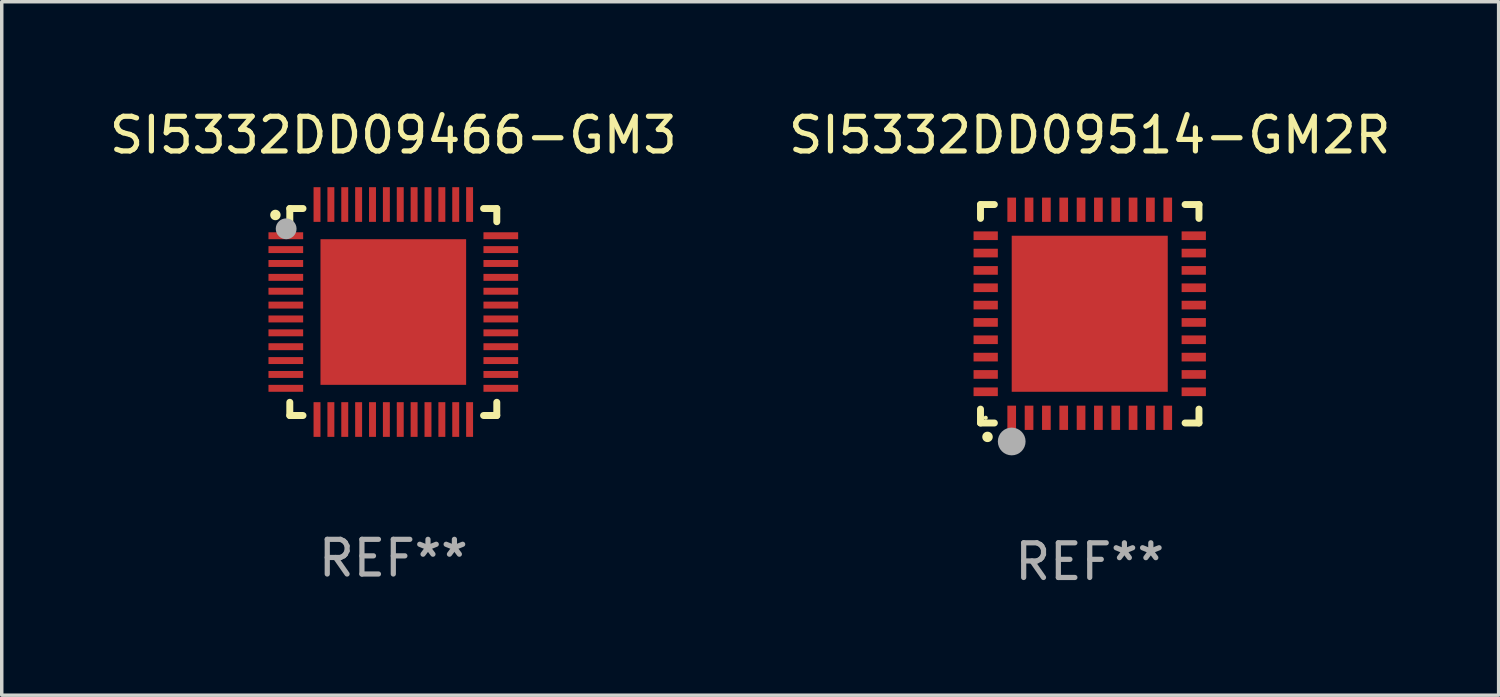
<source format=kicad_pcb>
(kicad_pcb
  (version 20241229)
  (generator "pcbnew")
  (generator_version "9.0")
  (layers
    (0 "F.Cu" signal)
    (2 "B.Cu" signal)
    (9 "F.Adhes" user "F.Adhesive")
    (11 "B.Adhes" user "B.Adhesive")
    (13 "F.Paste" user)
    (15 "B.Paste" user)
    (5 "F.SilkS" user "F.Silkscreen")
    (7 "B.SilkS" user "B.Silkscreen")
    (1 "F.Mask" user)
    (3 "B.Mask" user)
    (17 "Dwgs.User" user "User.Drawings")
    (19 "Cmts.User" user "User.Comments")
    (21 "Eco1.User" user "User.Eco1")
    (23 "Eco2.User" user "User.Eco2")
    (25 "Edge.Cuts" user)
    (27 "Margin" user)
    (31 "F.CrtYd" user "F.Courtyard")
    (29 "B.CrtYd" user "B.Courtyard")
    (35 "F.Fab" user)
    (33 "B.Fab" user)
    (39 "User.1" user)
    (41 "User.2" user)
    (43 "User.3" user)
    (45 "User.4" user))
  (footprint "SI5332DD09466-GM3"
    (layer "F.Cu")
    (at 8.292 5.948)
    (property "Reference" "SI5332DD09466-GM3" (at 0 -5.1 0) (layer "F.SilkS") (effects (font (size 1 1) (thickness 0.15))))
    (attr through_hole)
    (fp_line (start -2.985 -2.985) (end -2.604 -2.985) (stroke (width 0.2) (type solid)) (layer "F.SilkS"))
    (fp_line (start -2.985 -2.604) (end -2.985 -2.985) (stroke (width 0.2) (type solid)) (layer "F.SilkS"))
    (fp_line (start -2.985 2.984) (end -2.985 2.603) (stroke (width 0.2) (type solid)) (layer "F.SilkS"))
    (fp_line (start -2.604 2.984) (end -2.985 2.984) (stroke (width 0.2) (type solid)) (layer "F.SilkS"))
    (fp_line (start 2.603 -2.985) (end 2.984 -2.985) (stroke (width 0.2) (type solid)) (layer "F.SilkS"))
    (fp_line (start 2.984 -2.985) (end 2.984 -2.604) (stroke (width 0.2) (type solid)) (layer "F.SilkS"))
    (fp_line (start 2.984 2.603) (end 2.984 2.984) (stroke (width 0.2) (type solid)) (layer "F.SilkS"))
    (fp_line (start 2.984 2.984) (end 2.603 2.984) (stroke (width 0.2) (type solid)) (layer "F.SilkS"))
    (fp_arc (start -3.400076 -2.797562) (mid -3.400081 -2.798806) (end -3.400076 -2.800051) (stroke (width 0.3) (type solid)) (layer "F.SilkS"))
    (fp_circle (center -3 -3) (end -2.97 -3) (stroke (width 0.06) (type solid)) (fill no) (layer "F.SilkS"))
    (fp_circle (center -3.09 -2.4) (end -2.94 -2.4) (stroke (width 0.3) (type solid)) (fill no) (layer "F.Fab"))
    (fp_text user "REF**" (at 0 7.1 0) (layer "F.Fab") (effects (font (size 1 1) (thickness 0.15))))
    (pad "1" smd rect (at -3.1 -2.2) (size 1 0.2) (layers "F.Cu" "F.Mask" "F.Paste"))
    (pad "2" smd rect (at -3.1 -1.8) (size 1 0.2) (layers "F.Cu" "F.Mask" "F.Paste"))
    (pad "3" smd rect (at -3.1 -1.4) (size 1 0.2) (layers "F.Cu" "F.Mask" "F.Paste"))
    (pad "4" smd rect (at -3.1 -1) (size 1 0.2) (layers "F.Cu" "F.Mask" "F.Paste"))
    (pad "5" smd rect (at -3.1 -0.6) (size 1 0.2) (layers "F.Cu" "F.Mask" "F.Paste"))
    (pad "6" smd rect (at -3.1 -0.2) (size 1 0.2) (layers "F.Cu" "F.Mask" "F.Paste"))
    (pad "7" smd rect (at -3.1 0.2) (size 1 0.2) (layers "F.Cu" "F.Mask" "F.Paste"))
    (pad "8" smd rect (at -3.1 0.6) (size 1 0.2) (layers "F.Cu" "F.Mask" "F.Paste"))
    (pad "9" smd rect (at -3.1 1) (size 1 0.2) (layers "F.Cu" "F.Mask" "F.Paste"))
    (pad "10" smd rect (at -3.1 1.4) (size 1 0.2) (layers "F.Cu" "F.Mask" "F.Paste"))
    (pad "11" smd rect (at -3.1 1.8) (size 1 0.2) (layers "F.Cu" "F.Mask" "F.Paste"))
    (pad "12" smd rect (at -3.1 2.2) (size 1 0.2) (layers "F.Cu" "F.Mask" "F.Paste"))
    (pad "13" smd rect (at -2.2 3.1) (size 0.2 1) (layers "F.Cu" "F.Mask" "F.Paste"))
    (pad "14" smd rect (at -1.8 3.1) (size 0.2 1) (layers "F.Cu" "F.Mask" "F.Paste"))
    (pad "15" smd rect (at -1.4 3.1) (size 0.2 1) (layers "F.Cu" "F.Mask" "F.Paste"))
    (pad "16" smd rect (at -1 3.1) (size 0.2 1) (layers "F.Cu" "F.Mask" "F.Paste"))
    (pad "17" smd rect (at -0.6 3.1) (size 0.2 1) (layers "F.Cu" "F.Mask" "F.Paste"))
    (pad "18" smd rect (at -0.2 3.1) (size 0.2 1) (layers "F.Cu" "F.Mask" "F.Paste"))
    (pad "19" smd rect (at 0.2 3.1) (size 0.2 1) (layers "F.Cu" "F.Mask" "F.Paste"))
    (pad "20" smd rect (at 0.6 3.1) (size 0.2 1) (layers "F.Cu" "F.Mask" "F.Paste"))
    (pad "21" smd rect (at 1 3.1) (size 0.2 1) (layers "F.Cu" "F.Mask" "F.Paste"))
    (pad "22" smd rect (at 1.4 3.1) (size 0.2 1) (layers "F.Cu" "F.Mask" "F.Paste"))
    (pad "23" smd rect (at 1.8 3.1) (size 0.2 1) (layers "F.Cu" "F.Mask" "F.Paste"))
    (pad "24" smd rect (at 2.2 3.1) (size 0.2 1) (layers "F.Cu" "F.Mask" "F.Paste"))
    (pad "25" smd rect (at 3.1 2.2) (size 1 0.2) (layers "F.Cu" "F.Mask" "F.Paste"))
    (pad "26" smd rect (at 3.1 1.8) (size 1 0.2) (layers "F.Cu" "F.Mask" "F.Paste"))
    (pad "27" smd rect (at 3.1 1.4) (size 1 0.2) (layers "F.Cu" "F.Mask" "F.Paste"))
    (pad "28" smd rect (at 3.1 1) (size 1 0.2) (layers "F.Cu" "F.Mask" "F.Paste"))
    (pad "29" smd rect (at 3.1 0.6) (size 1 0.2) (layers "F.Cu" "F.Mask" "F.Paste"))
    (pad "30" smd rect (at 3.1 0.2) (size 1 0.2) (layers "F.Cu" "F.Mask" "F.Paste"))
    (pad "31" smd rect (at 3.1 -0.2) (size 1 0.2) (layers "F.Cu" "F.Mask" "F.Paste"))
    (pad "32" smd rect (at 3.1 -0.6) (size 1 0.2) (layers "F.Cu" "F.Mask" "F.Paste"))
    (pad "33" smd rect (at 3.1 -1) (size 1 0.2) (layers "F.Cu" "F.Mask" "F.Paste"))
    (pad "34" smd rect (at 3.1 -1.4) (size 1 0.2) (layers "F.Cu" "F.Mask" "F.Paste"))
    (pad "35" smd rect (at 3.1 -1.8) (size 1 0.2) (layers "F.Cu" "F.Mask" "F.Paste"))
    (pad "36" smd rect (at 3.1 -2.2) (size 1 0.2) (layers "F.Cu" "F.Mask" "F.Paste"))
    (pad "37" smd rect (at 2.2 -3.1) (size 0.2 1) (layers "F.Cu" "F.Mask" "F.Paste"))
    (pad "38" smd rect (at 1.8 -3.1) (size 0.2 1) (layers "F.Cu" "F.Mask" "F.Paste"))
    (pad "39" smd rect (at 1.4 -3.1) (size 0.2 1) (layers "F.Cu" "F.Mask" "F.Paste"))
    (pad "40" smd rect (at 1 -3.1) (size 0.2 1) (layers "F.Cu" "F.Mask" "F.Paste"))
    (pad "41" smd rect (at 0.6 -3.1) (size 0.2 1) (layers "F.Cu" "F.Mask" "F.Paste"))
    (pad "42" smd rect (at 0.2 -3.1) (size 0.2 1) (layers "F.Cu" "F.Mask" "F.Paste"))
    (pad "43" smd rect (at -0.2 -3.1) (size 0.2 1) (layers "F.Cu" "F.Mask" "F.Paste"))
    (pad "44" smd rect (at -0.6 -3.1) (size 0.2 1) (layers "F.Cu" "F.Mask" "F.Paste"))
    (pad "45" smd rect (at -1 -3.1) (size 0.2 1) (layers "F.Cu" "F.Mask" "F.Paste"))
    (pad "46" smd rect (at -1.4 -3.1) (size 0.2 1) (layers "F.Cu" "F.Mask" "F.Paste"))
    (pad "47" smd rect (at -1.8 -3.1) (size 0.2 1) (layers "F.Cu" "F.Mask" "F.Paste"))
    (pad "48" smd rect (at -2.2 -3.1) (size 0.2 1) (layers "F.Cu" "F.Mask" "F.Paste"))
    (pad "49" smd rect (at -0.000127 0) (size 4.2 4.2) (layers "F.Cu" "F.Mask" "F.Paste")))
  (footprint "SI5332DD09514-GM2R"
    (layer "F.Cu")
    (at 28.375 5.998)
    (property "Reference" "SI5332DD09514-GM2R" (at 0 -5.15 0) (layer "F.SilkS") (effects (font (size 1 1) (thickness 0.15))))
    (attr through_hole)
    (fp_line (start -3.15 -3.15) (end -2.75 -3.15) (stroke (width 0.2) (type solid)) (layer "F.SilkS"))
    (fp_line (start -3.15 -2.75) (end -3.15 -3.15) (stroke (width 0.2) (type solid)) (layer "F.SilkS"))
    (fp_line (start -3.15 3.15) (end -3.15 2.75) (stroke (width 0.2) (type solid)) (layer "F.SilkS"))
    (fp_line (start -2.75 3.15) (end -3.15 3.15) (stroke (width 0.2) (type solid)) (layer "F.SilkS"))
    (fp_line (start 3.15 -3.15) (end 2.75 -3.15) (stroke (width 0.2) (type solid)) (layer "F.SilkS"))
    (fp_line (start 3.15 -2.75) (end 3.15 -3.15) (stroke (width 0.2) (type solid)) (layer "F.SilkS"))
    (fp_line (start 3.15 2.75) (end 3.15 3.15) (stroke (width 0.2) (type solid)) (layer "F.SilkS"))
    (fp_line (start 3.15 3.15) (end 2.75 3.15) (stroke (width 0.2) (type solid)) (layer "F.SilkS"))
    (fp_arc (start -2.94892 3.550927) (mid -2.94765 3.550922) (end -2.94638 3.550927) (stroke (width 0.3) (type solid)) (layer "F.SilkS"))
    (fp_circle (center -3 3) (end -2.97 3) (stroke (width 0.06) (type solid)) (fill no) (layer "F.SilkS"))
    (fp_circle (center -2.25 3.683) (end -2.05 3.683) (stroke (width 0.4) (type solid)) (fill no) (layer "F.Fab"))
    (fp_text user "REF**" (at 0 7.15 0) (layer "F.Fab") (effects (font (size 1 1) (thickness 0.15))))
    (pad "1" smd rect (at -2.25 3 180) (size 0.25 0.7) (layers "F.Cu" "F.Mask" "F.Paste"))
    (pad "2" smd rect (at -1.75 3 180) (size 0.25 0.7) (layers "F.Cu" "F.Mask" "F.Paste"))
    (pad "3" smd rect (at -1.25 3 180) (size 0.25 0.7) (layers "F.Cu" "F.Mask" "F.Paste"))
    (pad "4" smd rect (at -0.75 3 180) (size 0.25 0.7) (layers "F.Cu" "F.Mask" "F.Paste"))
    (pad "5" smd rect (at -0.25 3 180) (size 0.25 0.7) (layers "F.Cu" "F.Mask" "F.Paste"))
    (pad "6" smd rect (at 0.25 3 180) (size 0.25 0.7) (layers "F.Cu" "F.Mask" "F.Paste"))
    (pad "7" smd rect (at 0.75 3 180) (size 0.25 0.7) (layers "F.Cu" "F.Mask" "F.Paste"))
    (pad "8" smd rect (at 1.25 3 180) (size 0.25 0.7) (layers "F.Cu" "F.Mask" "F.Paste"))
    (pad "9" smd rect (at 1.75 3 180) (size 0.25 0.7) (layers "F.Cu" "F.Mask" "F.Paste"))
    (pad "10" smd rect (at 2.25 3 180) (size 0.25 0.7) (layers "F.Cu" "F.Mask" "F.Paste"))
    (pad "11" smd rect (at 3 2.25 90) (size 0.25 0.7) (layers "F.Cu" "F.Mask" "F.Paste"))
    (pad "12" smd rect (at 3 1.75 90) (size 0.25 0.7) (layers "F.Cu" "F.Mask" "F.Paste"))
    (pad "13" smd rect (at 3 1.25 90) (size 0.25 0.7) (layers "F.Cu" "F.Mask" "F.Paste"))
    (pad "14" smd rect (at 3 0.75 90) (size 0.25 0.7) (layers "F.Cu" "F.Mask" "F.Paste"))
    (pad "15" smd rect (at 3 0.25 90) (size 0.25 0.7) (layers "F.Cu" "F.Mask" "F.Paste"))
    (pad "16" smd rect (at 3 -0.25 90) (size 0.25 0.7) (layers "F.Cu" "F.Mask" "F.Paste"))
    (pad "17" smd rect (at 3 -0.75 90) (size 0.25 0.7) (layers "F.Cu" "F.Mask" "F.Paste"))
    (pad "18" smd rect (at 3 -1.25 90) (size 0.25 0.7) (layers "F.Cu" "F.Mask" "F.Paste"))
    (pad "19" smd rect (at 3 -1.75 90) (size 0.25 0.7) (layers "F.Cu" "F.Mask" "F.Paste"))
    (pad "20" smd rect (at 3 -2.25 90) (size 0.25 0.7) (layers "F.Cu" "F.Mask" "F.Paste"))
    (pad "21" smd rect (at 2.25 -3 180) (size 0.25 0.7) (layers "F.Cu" "F.Mask" "F.Paste"))
    (pad "22" smd rect (at 1.75 -3 180) (size 0.25 0.7) (layers "F.Cu" "F.Mask" "F.Paste"))
    (pad "23" smd rect (at 1.25 -3 180) (size 0.25 0.7) (layers "F.Cu" "F.Mask" "F.Paste"))
    (pad "24" smd rect (at 0.75 -3 180) (size 0.25 0.7) (layers "F.Cu" "F.Mask" "F.Paste"))
    (pad "25" smd rect (at 0.25 -3 180) (size 0.25 0.7) (layers "F.Cu" "F.Mask" "F.Paste"))
    (pad "26" smd rect (at -0.25 -3 180) (size 0.25 0.7) (layers "F.Cu" "F.Mask" "F.Paste"))
    (pad "27" smd rect (at -0.75 -3 180) (size 0.25 0.7) (layers "F.Cu" "F.Mask" "F.Paste"))
    (pad "28" smd rect (at -1.25 -3 180) (size 0.25 0.7) (layers "F.Cu" "F.Mask" "F.Paste"))
    (pad "29" smd rect (at -1.75 -3 180) (size 0.25 0.7) (layers "F.Cu" "F.Mask" "F.Paste"))
    (pad "30" smd rect (at -2.25 -3 180) (size 0.25 0.7) (layers "F.Cu" "F.Mask" "F.Paste"))
    (pad "31" smd rect (at -3 -2.25 90) (size 0.25 0.7) (layers "F.Cu" "F.Mask" "F.Paste"))
    (pad "32" smd rect (at -3 -1.75 90) (size 0.25 0.7) (layers "F.Cu" "F.Mask" "F.Paste"))
    (pad "33" smd rect (at -3 -1.25 90) (size 0.25 0.7) (layers "F.Cu" "F.Mask" "F.Paste"))
    (pad "34" smd rect (at -3 -0.75 90) (size 0.25 0.7) (layers "F.Cu" "F.Mask" "F.Paste"))
    (pad "35" smd rect (at -3 -0.25 90) (size 0.25 0.7) (layers "F.Cu" "F.Mask" "F.Paste"))
    (pad "36" smd rect (at -3 0.25 90) (size 0.25 0.7) (layers "F.Cu" "F.Mask" "F.Paste"))
    (pad "37" smd rect (at -3 0.75 90) (size 0.25 0.7) (layers "F.Cu" "F.Mask" "F.Paste"))
    (pad "38" smd rect (at -3 1.25 90) (size 0.25 0.7) (layers "F.Cu" "F.Mask" "F.Paste"))
    (pad "39" smd rect (at -3 1.75 90) (size 0.25 0.7) (layers "F.Cu" "F.Mask" "F.Paste"))
    (pad "40" smd rect (at -3 2.25 90) (size 0.25 0.7) (layers "F.Cu" "F.Mask" "F.Paste"))
    (pad "41" smd rect (at 0.000102 0.000076 90) (size 4.5 4.5) (layers "F.Cu" "F.Mask" "F.Paste")))
  (gr_rect
    (start -3 -3)
    (end 40.167 16.997)
    (stroke (width 0.1) (type default))
    (fill no)
    (layer "Edge.Cuts")))
</source>
